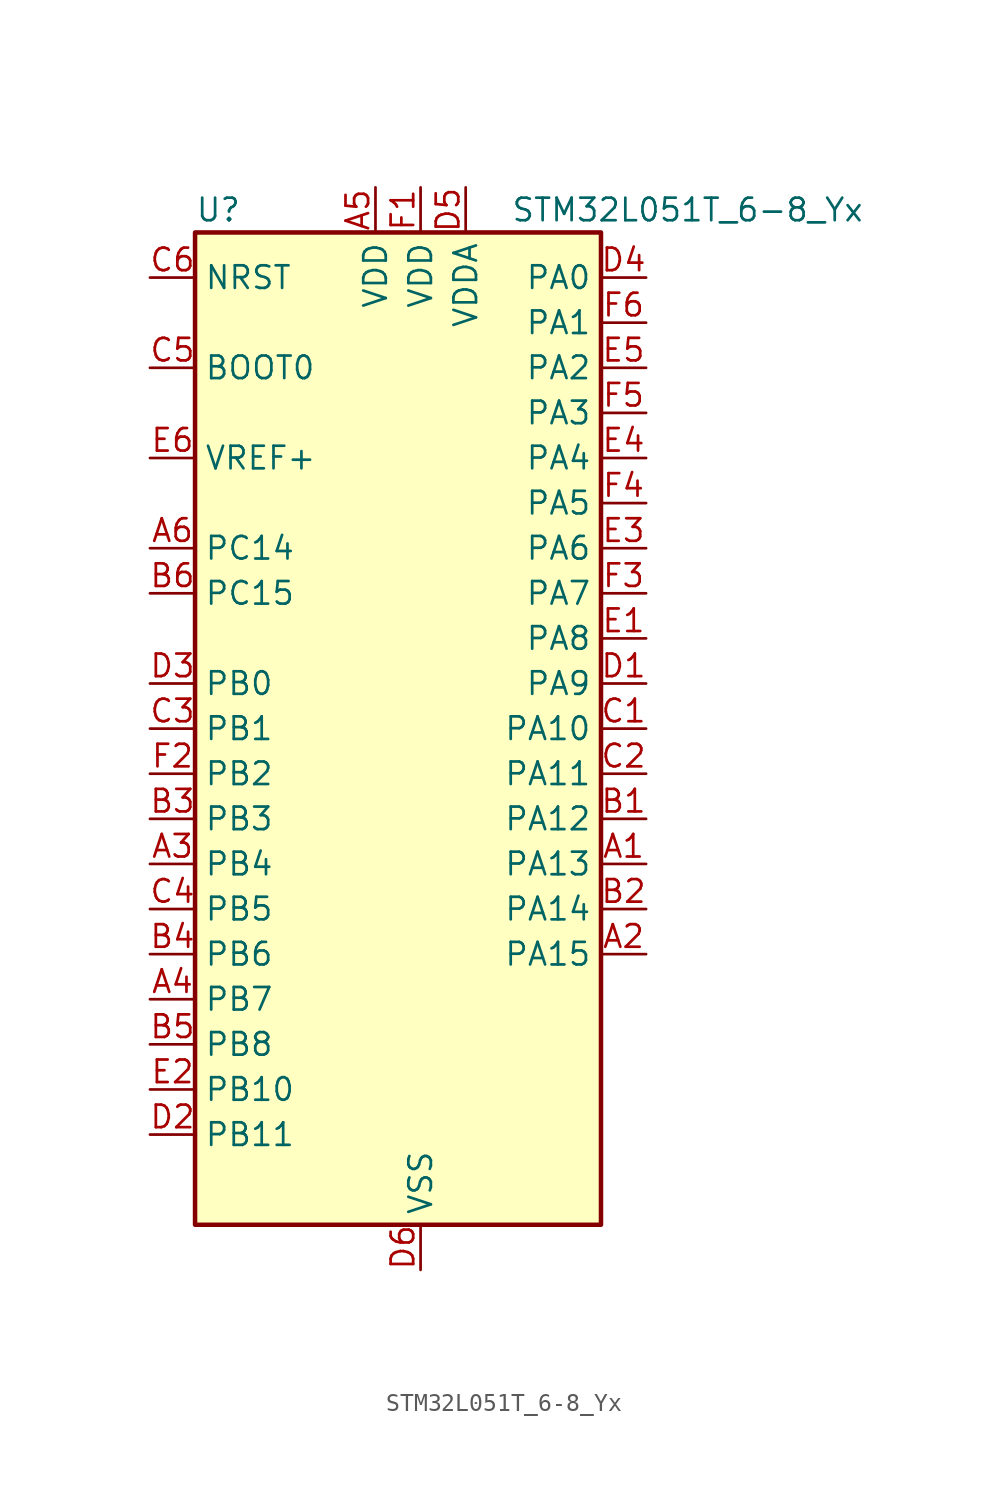
<source format=kicad_sym>
(kicad_symbol_lib
  (version 20231120)
  (generator "kicad_symbol_editor")
  (generator_version "8.0")
  (symbol "STM32L051T_6-8_Yx"
    (property "Reference" "U"
      (at -10.16 29.21 0)
      (effects (font (size 1.27 1.27)) (justify left)))
    (property "Value" "STM32L051T_6-8_Yx"
      (at 7.62 29.21 0)
      (effects (font (size 1.27 1.27)) (justify left)))
    (property "ki_locked" ""
      (at 0 0 0)
      (effects (font (size 1.27 1.27))))
    (symbol "STM32L051T_6-8_Yx_0_1"
      (rectangle (start -10.16 -27.94) (end 12.7 27.94) (stroke (width 0.254) (type default)) (fill (type background))))
    (symbol "STM32L051T_6-8_Yx_1_1"
      (pin bidirectional line (at 15.24 -7.62 180) (length 2.54) (name "PA13" (effects (font (size 1.27 1.27)))) (number "A1" (effects (font (size 1.27 1.27)))) (alternate "SYS_SWDIO" bidirectional line))
      (pin bidirectional line (at 15.24 -12.7 180) (length 2.54) (name "PA15" (effects (font (size 1.27 1.27)))) (number "A2" (effects (font (size 1.27 1.27)))) (alternate "SPI1_NSS" bidirectional line) (alternate "TIM2_CH1" bidirectional line) (alternate "TIM2_ETR" bidirectional line) (alternate "USART2_RX" bidirectional line))
      (pin bidirectional line (at -12.7 -7.62 0) (length 2.54) (name "PB4" (effects (font (size 1.27 1.27)))) (number "A3" (effects (font (size 1.27 1.27)))) (alternate "COMP2_INP" bidirectional line) (alternate "SPI1_MISO" bidirectional line) (alternate "TIM22_CH1" bidirectional line))
      (pin bidirectional line (at -12.7 -15.24 0) (length 2.54) (name "PB7" (effects (font (size 1.27 1.27)))) (number "A4" (effects (font (size 1.27 1.27)))) (alternate "COMP2_INP" bidirectional line) (alternate "I2C1_SDA" bidirectional line) (alternate "LPTIM1_IN2" bidirectional line) (alternate "SYS_PVD_IN" bidirectional line) (alternate "USART1_RX" bidirectional line))
      (pin power_in line (at 0 30.48 270) (length 2.54) (name "VDD" (effects (font (size 1.27 1.27)))) (number "A5" (effects (font (size 1.27 1.27)))))
      (pin bidirectional line (at -12.7 10.16 0) (length 2.54) (name "PC14" (effects (font (size 1.27 1.27)))) (number "A6" (effects (font (size 1.27 1.27)))) (alternate "RCC_OSC32_IN" bidirectional line))
      (pin bidirectional line (at 15.24 -5.08 180) (length 2.54) (name "PA12" (effects (font (size 1.27 1.27)))) (number "B1" (effects (font (size 1.27 1.27)))) (alternate "COMP2_OUT" bidirectional line) (alternate "SPI1_MOSI" bidirectional line) (alternate "USART1_DE" bidirectional line) (alternate "USART1_RTS" bidirectional line))
      (pin bidirectional line (at 15.24 -10.16 180) (length 2.54) (name "PA14" (effects (font (size 1.27 1.27)))) (number "B2" (effects (font (size 1.27 1.27)))) (alternate "SYS_SWCLK" bidirectional line) (alternate "USART2_TX" bidirectional line))
      (pin bidirectional line (at -12.7 -5.08 0) (length 2.54) (name "PB3" (effects (font (size 1.27 1.27)))) (number "B3" (effects (font (size 1.27 1.27)))) (alternate "COMP2_INM" bidirectional line) (alternate "SPI1_SCK" bidirectional line) (alternate "TIM2_CH2" bidirectional line))
      (pin bidirectional line (at -12.7 -12.7 0) (length 2.54) (name "PB6" (effects (font (size 1.27 1.27)))) (number "B4" (effects (font (size 1.27 1.27)))) (alternate "COMP2_INP" bidirectional line) (alternate "I2C1_SCL" bidirectional line) (alternate "LPTIM1_ETR" bidirectional line) (alternate "USART1_TX" bidirectional line))
      (pin bidirectional line (at -12.7 -17.78 0) (length 2.54) (name "PB8" (effects (font (size 1.27 1.27)))) (number "B5" (effects (font (size 1.27 1.27)))) (alternate "I2C1_SCL" bidirectional line))
      (pin bidirectional line (at -12.7 7.62 0) (length 2.54) (name "PC15" (effects (font (size 1.27 1.27)))) (number "B6" (effects (font (size 1.27 1.27)))) (alternate "RCC_OSC32_OUT" bidirectional line))
      (pin bidirectional line (at 15.24 0 180) (length 2.54) (name "PA10" (effects (font (size 1.27 1.27)))) (number "C1" (effects (font (size 1.27 1.27)))) (alternate "USART1_RX" bidirectional line))
      (pin bidirectional line (at 15.24 -2.54 180) (length 2.54) (name "PA11" (effects (font (size 1.27 1.27)))) (number "C2" (effects (font (size 1.27 1.27)))) (alternate "ADC_EXTI11" bidirectional line) (alternate "COMP1_OUT" bidirectional line) (alternate "SPI1_MISO" bidirectional line) (alternate "USART1_CTS" bidirectional line))
      (pin bidirectional line (at -12.7 0 0) (length 2.54) (name "PB1" (effects (font (size 1.27 1.27)))) (number "C3" (effects (font (size 1.27 1.27)))) (alternate "ADC_IN9" bidirectional line) (alternate "LPUART1_DE" bidirectional line) (alternate "LPUART1_RTS" bidirectional line) (alternate "SYS_VREF_OUT_PB1" bidirectional line))
      (pin bidirectional line (at -12.7 -10.16 0) (length 2.54) (name "PB5" (effects (font (size 1.27 1.27)))) (number "C4" (effects (font (size 1.27 1.27)))) (alternate "COMP2_INP" bidirectional line) (alternate "I2C1_SMBA" bidirectional line) (alternate "LPTIM1_IN1" bidirectional line) (alternate "SPI1_MOSI" bidirectional line) (alternate "TIM22_CH2" bidirectional line))
      (pin input line (at -12.7 20.32 0) (length 2.54) (name "BOOT0" (effects (font (size 1.27 1.27)))) (number "C5" (effects (font (size 1.27 1.27)))))
      (pin input line (at -12.7 25.4 0) (length 2.54) (name "NRST" (effects (font (size 1.27 1.27)))) (number "C6" (effects (font (size 1.27 1.27)))))
      (pin bidirectional line (at 15.24 2.54 180) (length 2.54) (name "PA9" (effects (font (size 1.27 1.27)))) (number "D1" (effects (font (size 1.27 1.27)))) (alternate "RCC_MCO" bidirectional line) (alternate "USART1_TX" bidirectional line))
      (pin bidirectional line (at -12.7 -22.86 0) (length 2.54) (name "PB11" (effects (font (size 1.27 1.27)))) (number "D2" (effects (font (size 1.27 1.27)))) (alternate "ADC_EXTI11" bidirectional line) (alternate "I2C2_SDA" bidirectional line) (alternate "LPUART1_RX" bidirectional line) (alternate "TIM2_CH4" bidirectional line))
      (pin bidirectional line (at -12.7 2.54 0) (length 2.54) (name "PB0" (effects (font (size 1.27 1.27)))) (number "D3" (effects (font (size 1.27 1.27)))) (alternate "ADC_IN8" bidirectional line) (alternate "SYS_VREF_OUT_PB0" bidirectional line))
      (pin bidirectional line (at 15.24 25.4 180) (length 2.54) (name "PA0" (effects (font (size 1.27 1.27)))) (number "D4" (effects (font (size 1.27 1.27)))) (alternate "ADC_IN0" bidirectional line) (alternate "COMP1_INM" bidirectional line) (alternate "COMP1_OUT" bidirectional line) (alternate "RTC_TAMP2" bidirectional line) (alternate "SYS_WKUP1" bidirectional line) (alternate "TIM2_CH1" bidirectional line) (alternate "TIM2_ETR" bidirectional line) (alternate "USART2_CTS" bidirectional line))
      (pin power_in line (at 5.08 30.48 270) (length 2.54) (name "VDDA" (effects (font (size 1.27 1.27)))) (number "D5" (effects (font (size 1.27 1.27)))))
      (pin power_in line (at 2.54 -30.48 90) (length 2.54) (name "VSS" (effects (font (size 1.27 1.27)))) (number "D6" (effects (font (size 1.27 1.27)))))
      (pin bidirectional line (at 15.24 5.08 180) (length 2.54) (name "PA8" (effects (font (size 1.27 1.27)))) (number "E1" (effects (font (size 1.27 1.27)))) (alternate "CRS_SYNC" bidirectional line) (alternate "RCC_MCO" bidirectional line) (alternate "USART1_CK" bidirectional line))
      (pin bidirectional line (at -12.7 -20.32 0) (length 2.54) (name "PB10" (effects (font (size 1.27 1.27)))) (number "E2" (effects (font (size 1.27 1.27)))) (alternate "I2C2_SCL" bidirectional line) (alternate "LPUART1_TX" bidirectional line) (alternate "TIM2_CH3" bidirectional line))
      (pin bidirectional line (at 15.24 10.16 180) (length 2.54) (name "PA6" (effects (font (size 1.27 1.27)))) (number "E3" (effects (font (size 1.27 1.27)))) (alternate "ADC_IN6" bidirectional line) (alternate "COMP1_OUT" bidirectional line) (alternate "LPUART1_CTS" bidirectional line) (alternate "SPI1_MISO" bidirectional line) (alternate "TIM22_CH1" bidirectional line))
      (pin bidirectional line (at 15.24 15.24 180) (length 2.54) (name "PA4" (effects (font (size 1.27 1.27)))) (number "E4" (effects (font (size 1.27 1.27)))) (alternate "ADC_IN4" bidirectional line) (alternate "COMP1_INM" bidirectional line) (alternate "COMP2_INM" bidirectional line) (alternate "SPI1_NSS" bidirectional line) (alternate "TIM22_ETR" bidirectional line) (alternate "USART2_CK" bidirectional line))
      (pin bidirectional line (at 15.24 20.32 180) (length 2.54) (name "PA2" (effects (font (size 1.27 1.27)))) (number "E5" (effects (font (size 1.27 1.27)))) (alternate "ADC_IN2" bidirectional line) (alternate "COMP2_INM" bidirectional line) (alternate "COMP2_OUT" bidirectional line) (alternate "TIM21_CH1" bidirectional line) (alternate "TIM2_CH3" bidirectional line) (alternate "USART2_TX" bidirectional line))
      (pin input line (at -12.7 15.24 0) (length 2.54) (name "VREF+" (effects (font (size 1.27 1.27)))) (number "E6" (effects (font (size 1.27 1.27)))))
      (pin power_in line (at 2.54 30.48 270) (length 2.54) (name "VDD" (effects (font (size 1.27 1.27)))) (number "F1" (effects (font (size 1.27 1.27)))))
      (pin bidirectional line (at -12.7 -2.54 0) (length 2.54) (name "PB2" (effects (font (size 1.27 1.27)))) (number "F2" (effects (font (size 1.27 1.27)))) (alternate "LPTIM1_OUT" bidirectional line))
      (pin bidirectional line (at 15.24 7.62 180) (length 2.54) (name "PA7" (effects (font (size 1.27 1.27)))) (number "F3" (effects (font (size 1.27 1.27)))) (alternate "ADC_IN7" bidirectional line) (alternate "COMP2_OUT" bidirectional line) (alternate "SPI1_MOSI" bidirectional line) (alternate "TIM22_CH2" bidirectional line))
      (pin bidirectional line (at 15.24 12.7 180) (length 2.54) (name "PA5" (effects (font (size 1.27 1.27)))) (number "F4" (effects (font (size 1.27 1.27)))) (alternate "ADC_IN5" bidirectional line) (alternate "COMP1_INM" bidirectional line) (alternate "COMP2_INM" bidirectional line) (alternate "SPI1_SCK" bidirectional line) (alternate "TIM2_CH1" bidirectional line) (alternate "TIM2_ETR" bidirectional line))
      (pin bidirectional line (at 15.24 17.78 180) (length 2.54) (name "PA3" (effects (font (size 1.27 1.27)))) (number "F5" (effects (font (size 1.27 1.27)))) (alternate "ADC_IN3" bidirectional line) (alternate "COMP2_INP" bidirectional line) (alternate "TIM21_CH2" bidirectional line) (alternate "TIM2_CH4" bidirectional line) (alternate "USART2_RX" bidirectional line))
      (pin bidirectional line (at 15.24 22.86 180) (length 2.54) (name "PA1" (effects (font (size 1.27 1.27)))) (number "F6" (effects (font (size 1.27 1.27)))) (alternate "ADC_IN1" bidirectional line) (alternate "COMP1_INP" bidirectional line) (alternate "TIM21_ETR" bidirectional line) (alternate "TIM2_CH2" bidirectional line) (alternate "USART2_DE" bidirectional line) (alternate "USART2_RTS" bidirectional line)))))
</source>
